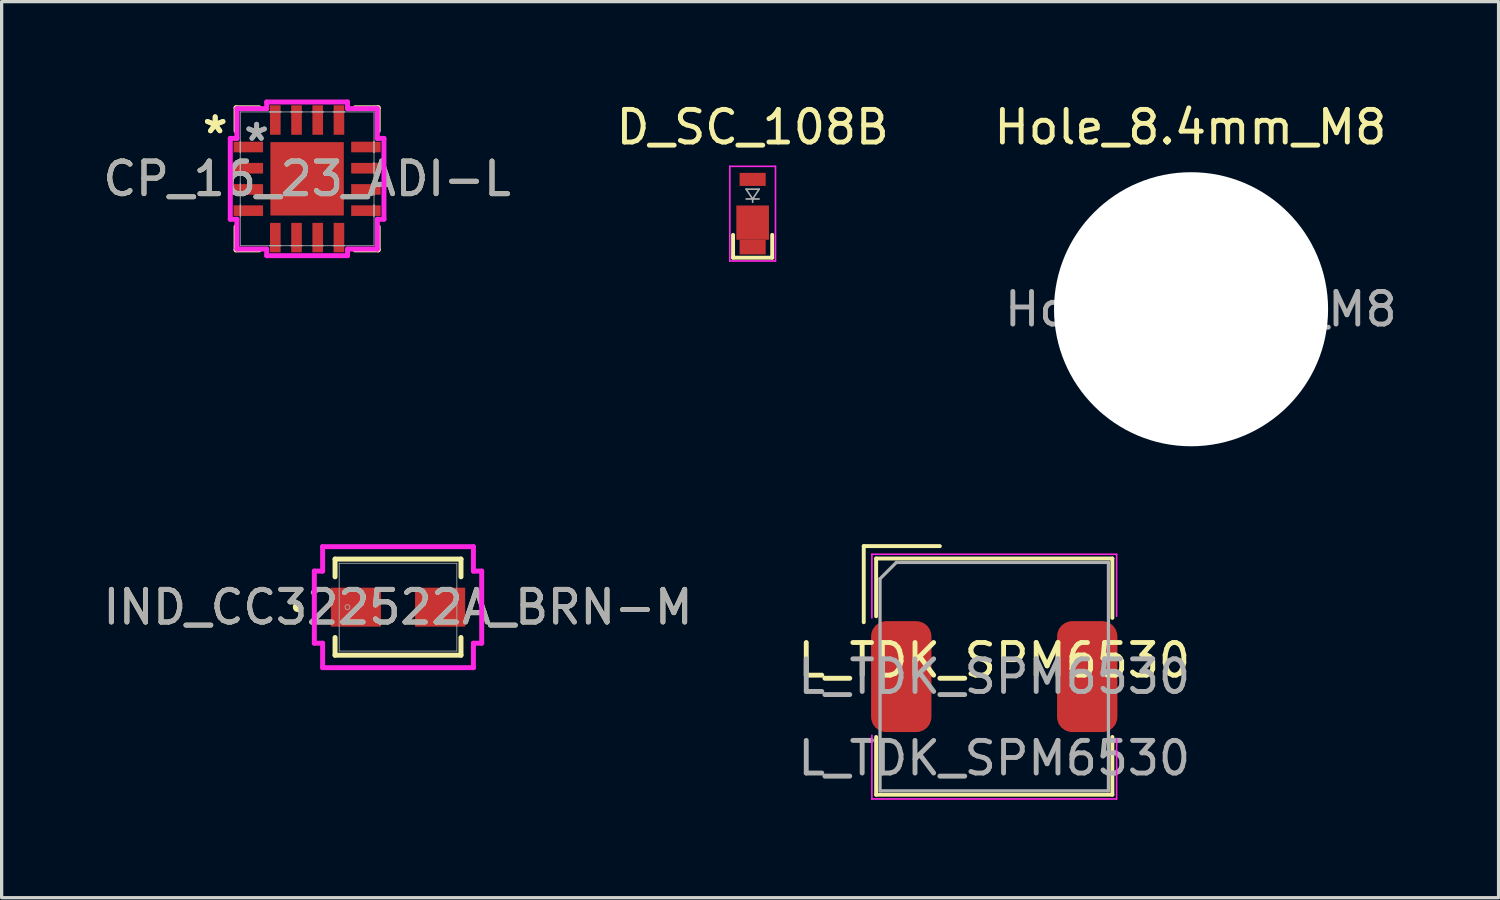
<source format=kicad_pcb>
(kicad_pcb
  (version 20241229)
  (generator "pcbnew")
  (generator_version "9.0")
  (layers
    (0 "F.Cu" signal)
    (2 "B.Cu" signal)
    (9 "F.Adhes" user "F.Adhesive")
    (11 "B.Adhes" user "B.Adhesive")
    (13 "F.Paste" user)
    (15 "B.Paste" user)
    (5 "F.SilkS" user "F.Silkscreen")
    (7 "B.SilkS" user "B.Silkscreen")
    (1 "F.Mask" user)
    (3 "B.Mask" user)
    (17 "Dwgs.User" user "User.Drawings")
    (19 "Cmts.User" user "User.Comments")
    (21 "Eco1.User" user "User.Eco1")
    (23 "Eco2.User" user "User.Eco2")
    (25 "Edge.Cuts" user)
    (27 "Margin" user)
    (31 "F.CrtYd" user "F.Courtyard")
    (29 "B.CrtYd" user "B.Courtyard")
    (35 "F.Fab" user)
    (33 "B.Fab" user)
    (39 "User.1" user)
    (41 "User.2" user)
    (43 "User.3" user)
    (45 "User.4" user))
  (footprint "IND_CC322522A_BRN-M"
    (layer "F.Cu")
    (at 9.149 15.559)
    (property "Reference" "IND_CC322522A_BRN-M" (at 0 0 0) (unlocked yes) (layer "F.SilkS") (effects (font (size 1 1) (thickness 0.15))))
    (attr smd)
    (fp_line (start -1.93 -1.473) (end -1.93 -0.93) (stroke (width 0.152) (type solid)) (layer "F.SilkS"))
    (fp_line (start -1.93 0.93) (end -1.93 1.473) (stroke (width 0.152) (type solid)) (layer "F.SilkS"))
    (fp_line (start -1.93 1.473) (end 1.93 1.473) (stroke (width 0.152) (type solid)) (layer "F.SilkS"))
    (fp_line (start 1.93 -1.473) (end -1.93 -1.473) (stroke (width 0.152) (type solid)) (layer "F.SilkS"))
    (fp_line (start 1.93 -0.93) (end 1.93 -1.473) (stroke (width 0.152) (type solid)) (layer "F.SilkS"))
    (fp_line (start 1.93 1.473) (end 1.93 0.93) (stroke (width 0.152) (type solid)) (layer "F.SilkS"))
    (fp_circle (center -3.073 0) (end -2.997 0) (stroke (width 0.152) (type solid)) (fill no) (layer "F.SilkS"))
    (fp_line (start -2.565 -1.105) (end -2.311 -1.105) (stroke (width 0.152) (type solid)) (layer "F.CrtYd"))
    (fp_line (start -2.565 1.105) (end -2.565 -1.105) (stroke (width 0.152) (type solid)) (layer "F.CrtYd"))
    (fp_line (start -2.311 -1.854) (end 2.311 -1.854) (stroke (width 0.152) (type solid)) (layer "F.CrtYd"))
    (fp_line (start -2.311 -1.105) (end -2.311 -1.854) (stroke (width 0.152) (type solid)) (layer "F.CrtYd"))
    (fp_line (start -2.311 1.105) (end -2.565 1.105) (stroke (width 0.152) (type solid)) (layer "F.CrtYd"))
    (fp_line (start -2.311 1.854) (end -2.311 1.105) (stroke (width 0.152) (type solid)) (layer "F.CrtYd"))
    (fp_line (start 2.311 -1.854) (end 2.311 -1.105) (stroke (width 0.152) (type solid)) (layer "F.CrtYd"))
    (fp_line (start 2.311 -1.105) (end 2.565 -1.105) (stroke (width 0.152) (type solid)) (layer "F.CrtYd"))
    (fp_line (start 2.311 1.105) (end 2.311 1.854) (stroke (width 0.152) (type solid)) (layer "F.CrtYd"))
    (fp_line (start 2.311 1.854) (end -2.311 1.854) (stroke (width 0.152) (type solid)) (layer "F.CrtYd"))
    (fp_line (start 2.565 -1.105) (end 2.565 1.105) (stroke (width 0.152) (type solid)) (layer "F.CrtYd"))
    (fp_line (start 2.565 1.105) (end 2.311 1.105) (stroke (width 0.152) (type solid)) (layer "F.CrtYd"))
    (fp_line (start -1.803 -1.346) (end -1.803 1.346) (stroke (width 0.025) (type solid)) (layer "F.Fab"))
    (fp_line (start -1.803 1.346) (end 1.803 1.346) (stroke (width 0.025) (type solid)) (layer "F.Fab"))
    (fp_line (start 1.803 -1.346) (end -1.803 -1.346) (stroke (width 0.025) (type solid)) (layer "F.Fab"))
    (fp_line (start 1.803 1.346) (end 1.803 -1.346) (stroke (width 0.025) (type solid)) (layer "F.Fab"))
    (fp_circle (center -1.549 0) (end -1.473 0) (stroke (width 0.025) (type solid)) (fill no) (layer "F.Fab"))
    (fp_text user "${REFERENCE}" (at 0 0 0) (unlocked yes) (layer "F.Fab") (effects (font (size 1 1) (thickness 0.15))))
    (pad "1" smd rect (at -1.29 0 90) (size 1.194 1.535) (layers "F.Cu" "F.Mask" "F.Paste"))
    (pad "2" smd rect (at 1.29 0 90) (size 1.194 1.535) (layers "F.Cu" "F.Mask" "F.Paste"))
    (zone (net_name "") (layer "F.Cu") (hatch full 0.508) (connect_pads) (min_thickness 0.254) (filled_areas_thickness no) (keepout (tracks not_allowed) (vias not_allowed) (pads allowed) (copperpour not_allowed) (footprints allowed)) (placement (enabled no)) (fill) (polygon (pts (xy 7.396 14.263) (xy 10.901 14.263) (xy 10.901 14.911) (xy 7.396 14.911))))
    (zone (net_name "") (layer "F.Cu") (hatch full 0.508) (connect_pads) (min_thickness 0.254) (filled_areas_thickness no) (keepout (tracks not_allowed) (vias not_allowed) (pads allowed) (copperpour not_allowed) (footprints allowed)) (placement (enabled no)) (fill) (polygon (pts (xy 7.396 16.206) (xy 10.901 16.206) (xy 10.901 16.854) (xy 7.396 16.854))))
    (zone (net_name "") (layer "F.Cu") (hatch full 0.508) (connect_pads) (min_thickness 0.254) (filled_areas_thickness no) (keepout (tracks not_allowed) (vias not_allowed) (pads allowed) (copperpour not_allowed) (footprints allowed)) (placement (enabled no)) (fill) (polygon (pts (xy 8.677 14.911) (xy 9.62 14.911) (xy 9.62 16.206) (xy 8.677 16.206)))))
  (footprint "Hole_8.4mm_M8"
    (layer "F.Cu")
    (at 33.455 6.428)
    (property "Reference" "Hole_8.4mm_M8" (at -0.02 -5.58 0) (layer "F.SilkS") (effects (font (size 1 1) (thickness 0.15))))
    (attr exclude_from_pos_files exclude_from_bom)
    (fp_text user "${REFERENCE}" (at 0.3 0 0) (layer "F.Fab") (effects (font (size 1 1) (thickness 0.15))))
    (pad "" np_thru_hole circle (at 0 0) (size 8.4 8.4) (drill 8.4) (layers "*.Cu" "*.Mask")))
  (footprint "L_TDK_SPM6530"
    (layer "F.Cu")
    (at 27.423 17.688)
    (property "Reference" "L_TDK_SPM6530" (at 0 -0.5 0) (unlocked yes) (layer "F.SilkS") (effects (font (size 1 1) (thickness 0.15))))
    (fp_line (start -4 -4) (end -1.667 -4) (stroke (width 0.12) (type solid)) (layer "F.SilkS"))
    (fp_line (start -4 -1.667) (end -4 -4) (stroke (width 0.12) (type solid)) (layer "F.SilkS"))
    (fp_line (start -3.62 -3.62) (end -3.62 -1.85) (stroke (width 0.12) (type solid)) (layer "F.SilkS"))
    (fp_line (start -3.62 -3.62) (end 3.62 -3.62) (stroke (width 0.12) (type solid)) (layer "F.SilkS"))
    (fp_line (start -3.62 1.85) (end -3.62 3.62) (stroke (width 0.12) (type solid)) (layer "F.SilkS"))
    (fp_line (start -3.62 3.62) (end 3.62 3.62) (stroke (width 0.12) (type solid)) (layer "F.SilkS"))
    (fp_line (start 3.62 -3.62) (end 3.62 -1.8) (stroke (width 0.12) (type solid)) (layer "F.SilkS"))
    (fp_line (start 3.62 1.85) (end 3.62 3.62) (stroke (width 0.12) (type solid)) (layer "F.SilkS"))
    (fp_line (start -3.75 -3.75) (end -3.75 -1.8) (stroke (width 0.05) (type solid)) (layer "F.CrtYd"))
    (fp_line (start -3.75 -3.75) (end 3.75 -3.75) (stroke (width 0.05) (type solid)) (layer "F.CrtYd"))
    (fp_line (start -3.75 1.8) (end -3.75 3.75) (stroke (width 0.05) (type solid)) (layer "F.CrtYd"))
    (fp_line (start -3.75 3.75) (end 3.75 3.75) (stroke (width 0.05) (type solid)) (layer "F.CrtYd"))
    (fp_line (start 3.75 -3.75) (end 3.75 -1.85) (stroke (width 0.05) (type solid)) (layer "F.CrtYd"))
    (fp_line (start 3.75 1.9) (end 3.75 3.75) (stroke (width 0.05) (type solid)) (layer "F.CrtYd"))
    (fp_line (start -3.5 -3) (end -3 -3.5) (stroke (width 0.1) (type solid)) (layer "F.Fab"))
    (fp_line (start -3.5 3.5) (end -3.5 -3) (stroke (width 0.1) (type solid)) (layer "F.Fab"))
    (fp_line (start -3 -3.5) (end 3.5 -3.5) (stroke (width 0.1) (type solid)) (layer "F.Fab"))
    (fp_line (start 3.5 -3.5) (end 3.5 3.5) (stroke (width 0.1) (type solid)) (layer "F.Fab"))
    (fp_line (start 3.5 3.5) (end -3.5 3.5) (stroke (width 0.1) (type solid)) (layer "F.Fab"))
    (fp_text user "${REFERENCE}" (at 0 0 0) (layer "F.Fab") (effects (font (size 1 1) (thickness 0.15))))
    (fp_text user "${REFERENCE}" (at 0 2.5 0) (unlocked yes) (layer "F.Fab") (effects (font (size 1 1) (thickness 0.15))))
    (pad "1" smd roundrect (at -2.85 0) (size 1.85 3.4) (layers "F.Cu" "F.Mask" "F.Paste") (roundrect_rratio 0.25))
    (pad "2" smd roundrect (at 2.85 0) (size 1.85 3.4) (layers "F.Cu" "F.Mask" "F.Paste") (roundrect_rratio 0.25)))
  (footprint "CP_16_23_ADI-L"
    (layer "F.Cu")
    (at 6.363 2.431)
    (property "Reference" "CP_16_23_ADI-L" (at 0 0 0) (unlocked yes) (layer "F.SilkS") (effects (font (size 1 1) (thickness 0.15))))
    (attr smd)
    (fp_line (start -2.177 -2.177) (end -2.177 -1.47) (stroke (width 0.152) (type solid)) (layer "F.SilkS"))
    (fp_line (start -2.177 1.47) (end -2.177 2.177) (stroke (width 0.152) (type solid)) (layer "F.SilkS"))
    (fp_line (start -2.177 2.177) (end -1.47 2.177) (stroke (width 0.152) (type solid)) (layer "F.SilkS"))
    (fp_line (start -1.47 -2.177) (end -2.177 -2.177) (stroke (width 0.152) (type solid)) (layer "F.SilkS"))
    (fp_line (start 1.47 2.177) (end 2.177 2.177) (stroke (width 0.152) (type solid)) (layer "F.SilkS"))
    (fp_line (start 2.177 -2.177) (end 1.47 -2.177) (stroke (width 0.152) (type solid)) (layer "F.SilkS"))
    (fp_line (start 2.177 -1.47) (end 2.177 -2.177) (stroke (width 0.152) (type solid)) (layer "F.SilkS"))
    (fp_line (start 2.177 2.177) (end 2.177 1.47) (stroke (width 0.152) (type solid)) (layer "F.SilkS"))
    (fp_line (start -2.355 -1.239) (end -2.152 -1.239) (stroke (width 0.152) (type solid)) (layer "F.CrtYd"))
    (fp_line (start -2.355 1.239) (end -2.355 -1.239) (stroke (width 0.152) (type solid)) (layer "F.CrtYd"))
    (fp_line (start -2.152 -2.152) (end -1.239 -2.152) (stroke (width 0.152) (type solid)) (layer "F.CrtYd"))
    (fp_line (start -2.152 -1.239) (end -2.152 -2.152) (stroke (width 0.152) (type solid)) (layer "F.CrtYd"))
    (fp_line (start -2.152 1.239) (end -2.355 1.239) (stroke (width 0.152) (type solid)) (layer "F.CrtYd"))
    (fp_line (start -2.152 2.152) (end -2.152 1.239) (stroke (width 0.152) (type solid)) (layer "F.CrtYd"))
    (fp_line (start -1.239 -2.355) (end 1.239 -2.355) (stroke (width 0.152) (type solid)) (layer "F.CrtYd"))
    (fp_line (start -1.239 -2.152) (end -1.239 -2.355) (stroke (width 0.152) (type solid)) (layer "F.CrtYd"))
    (fp_line (start -1.239 2.152) (end -2.152 2.152) (stroke (width 0.152) (type solid)) (layer "F.CrtYd"))
    (fp_line (start -1.239 2.355) (end -1.239 2.152) (stroke (width 0.152) (type solid)) (layer "F.CrtYd"))
    (fp_line (start 1.239 -2.355) (end 1.239 -2.152) (stroke (width 0.152) (type solid)) (layer "F.CrtYd"))
    (fp_line (start 1.239 -2.152) (end 2.152 -2.152) (stroke (width 0.152) (type solid)) (layer "F.CrtYd"))
    (fp_line (start 1.239 2.152) (end 1.239 2.355) (stroke (width 0.152) (type solid)) (layer "F.CrtYd"))
    (fp_line (start 1.239 2.355) (end -1.239 2.355) (stroke (width 0.152) (type solid)) (layer "F.CrtYd"))
    (fp_line (start 2.152 -2.152) (end 2.152 -1.239) (stroke (width 0.152) (type solid)) (layer "F.CrtYd"))
    (fp_line (start 2.152 -1.239) (end 2.355 -1.239) (stroke (width 0.152) (type solid)) (layer "F.CrtYd"))
    (fp_line (start 2.152 1.239) (end 2.152 2.152) (stroke (width 0.152) (type solid)) (layer "F.CrtYd"))
    (fp_line (start 2.152 2.152) (end 1.239 2.152) (stroke (width 0.152) (type solid)) (layer "F.CrtYd"))
    (fp_line (start 2.355 -1.239) (end 2.355 1.239) (stroke (width 0.152) (type solid)) (layer "F.CrtYd"))
    (fp_line (start 2.355 1.239) (end 2.152 1.239) (stroke (width 0.152) (type solid)) (layer "F.CrtYd"))
    (fp_line (start -2.05 -2.05) (end -2.05 2.05) (stroke (width 0.025) (type solid)) (layer "F.Fab"))
    (fp_line (start -2.05 -1.15) (end -2.05 -1.15) (stroke (width 0.025) (type solid)) (layer "F.Fab"))
    (fp_line (start -2.05 -1.15) (end -2.05 -0.8) (stroke (width 0.025) (type solid)) (layer "F.Fab"))
    (fp_line (start -2.05 -0.8) (end -2.05 -1.15) (stroke (width 0.025) (type solid)) (layer "F.Fab"))
    (fp_line (start -2.05 -0.8) (end -2.05 -0.8) (stroke (width 0.025) (type solid)) (layer "F.Fab"))
    (fp_line (start -2.05 -0.5) (end -2.05 -0.5) (stroke (width 0.025) (type solid)) (layer "F.Fab"))
    (fp_line (start -2.05 -0.5) (end -2.05 -0.15) (stroke (width 0.025) (type solid)) (layer "F.Fab"))
    (fp_line (start -2.05 -0.15) (end -2.05 -0.5) (stroke (width 0.025) (type solid)) (layer "F.Fab"))
    (fp_line (start -2.05 -0.15) (end -2.05 -0.15) (stroke (width 0.025) (type solid)) (layer "F.Fab"))
    (fp_line (start -2.05 0.15) (end -2.05 0.15) (stroke (width 0.025) (type solid)) (layer "F.Fab"))
    (fp_line (start -2.05 0.15) (end -2.05 0.5) (stroke (width 0.025) (type solid)) (layer "F.Fab"))
    (fp_line (start -2.05 0.5) (end -2.05 0.15) (stroke (width 0.025) (type solid)) (layer "F.Fab"))
    (fp_line (start -2.05 0.5) (end -2.05 0.5) (stroke (width 0.025) (type solid)) (layer "F.Fab"))
    (fp_line (start -2.05 0.8) (end -2.05 0.8) (stroke (width 0.025) (type solid)) (layer "F.Fab"))
    (fp_line (start -2.05 0.8) (end -2.05 1.15) (stroke (width 0.025) (type solid)) (layer "F.Fab"))
    (fp_line (start -2.05 1.15) (end -2.05 0.8) (stroke (width 0.025) (type solid)) (layer "F.Fab"))
    (fp_line (start -2.05 1.15) (end -2.05 1.15) (stroke (width 0.025) (type solid)) (layer "F.Fab"))
    (fp_line (start -2.05 2.05) (end 2.05 2.05) (stroke (width 0.025) (type solid)) (layer "F.Fab"))
    (fp_line (start -1.15 -2.05) (end -1.15 -2.05) (stroke (width 0.025) (type solid)) (layer "F.Fab"))
    (fp_line (start -1.15 -2.05) (end -0.8 -2.05) (stroke (width 0.025) (type solid)) (layer "F.Fab"))
    (fp_line (start -1.15 2.05) (end -1.15 2.05) (stroke (width 0.025) (type solid)) (layer "F.Fab"))
    (fp_line (start -1.15 2.05) (end -0.8 2.05) (stroke (width 0.025) (type solid)) (layer "F.Fab"))
    (fp_line (start -0.8 -2.05) (end -1.15 -2.05) (stroke (width 0.025) (type solid)) (layer "F.Fab"))
    (fp_line (start -0.8 -2.05) (end -0.8 -2.05) (stroke (width 0.025) (type solid)) (layer "F.Fab"))
    (fp_line (start -0.8 2.05) (end -1.15 2.05) (stroke (width 0.025) (type solid)) (layer "F.Fab"))
    (fp_line (start -0.8 2.05) (end -0.8 2.05) (stroke (width 0.025) (type solid)) (layer "F.Fab"))
    (fp_line (start -0.5 -2.05) (end -0.5 -2.05) (stroke (width 0.025) (type solid)) (layer "F.Fab"))
    (fp_line (start -0.5 -2.05) (end -0.15 -2.05) (stroke (width 0.025) (type solid)) (layer "F.Fab"))
    (fp_line (start -0.5 2.05) (end -0.5 2.05) (stroke (width 0.025) (type solid)) (layer "F.Fab"))
    (fp_line (start -0.5 2.05) (end -0.15 2.05) (stroke (width 0.025) (type solid)) (layer "F.Fab"))
    (fp_line (start -0.15 -2.05) (end -0.5 -2.05) (stroke (width 0.025) (type solid)) (layer "F.Fab"))
    (fp_line (start -0.15 -2.05) (end -0.15 -2.05) (stroke (width 0.025) (type solid)) (layer "F.Fab"))
    (fp_line (start -0.15 2.05) (end -0.5 2.05) (stroke (width 0.025) (type solid)) (layer "F.Fab"))
    (fp_line (start -0.15 2.05) (end -0.15 2.05) (stroke (width 0.025) (type solid)) (layer "F.Fab"))
    (fp_line (start 0.15 -2.05) (end 0.15 -2.05) (stroke (width 0.025) (type solid)) (layer "F.Fab"))
    (fp_line (start 0.15 -2.05) (end 0.5 -2.05) (stroke (width 0.025) (type solid)) (layer "F.Fab"))
    (fp_line (start 0.15 2.05) (end 0.15 2.05) (stroke (width 0.025) (type solid)) (layer "F.Fab"))
    (fp_line (start 0.15 2.05) (end 0.5 2.05) (stroke (width 0.025) (type solid)) (layer "F.Fab"))
    (fp_line (start 0.5 -2.05) (end 0.15 -2.05) (stroke (width 0.025) (type solid)) (layer "F.Fab"))
    (fp_line (start 0.5 -2.05) (end 0.5 -2.05) (stroke (width 0.025) (type solid)) (layer "F.Fab"))
    (fp_line (start 0.5 2.05) (end 0.15 2.05) (stroke (width 0.025) (type solid)) (layer "F.Fab"))
    (fp_line (start 0.5 2.05) (end 0.5 2.05) (stroke (width 0.025) (type solid)) (layer "F.Fab"))
    (fp_line (start 0.8 -2.05) (end 0.8 -2.05) (stroke (width 0.025) (type solid)) (layer "F.Fab"))
    (fp_line (start 0.8 -2.05) (end 1.15 -2.05) (stroke (width 0.025) (type solid)) (layer "F.Fab"))
    (fp_line (start 0.8 2.05) (end 0.8 2.05) (stroke (width 0.025) (type solid)) (layer "F.Fab"))
    (fp_line (start 0.8 2.05) (end 1.15 2.05) (stroke (width 0.025) (type solid)) (layer "F.Fab"))
    (fp_line (start 1.15 -2.05) (end 0.8 -2.05) (stroke (width 0.025) (type solid)) (layer "F.Fab"))
    (fp_line (start 1.15 -2.05) (end 1.15 -2.05) (stroke (width 0.025) (type solid)) (layer "F.Fab"))
    (fp_line (start 1.15 2.05) (end 0.8 2.05) (stroke (width 0.025) (type solid)) (layer "F.Fab"))
    (fp_line (start 1.15 2.05) (end 1.15 2.05) (stroke (width 0.025) (type solid)) (layer "F.Fab"))
    (fp_line (start 2.05 -2.05) (end -2.05 -2.05) (stroke (width 0.025) (type solid)) (layer "F.Fab"))
    (fp_line (start 2.05 -1.15) (end 2.05 -1.15) (stroke (width 0.025) (type solid)) (layer "F.Fab"))
    (fp_line (start 2.05 -1.15) (end 2.05 -0.8) (stroke (width 0.025) (type solid)) (layer "F.Fab"))
    (fp_line (start 2.05 -0.8) (end 2.05 -1.15) (stroke (width 0.025) (type solid)) (layer "F.Fab"))
    (fp_line (start 2.05 -0.8) (end 2.05 -0.8) (stroke (width 0.025) (type solid)) (layer "F.Fab"))
    (fp_line (start 2.05 -0.5) (end 2.05 -0.5) (stroke (width 0.025) (type solid)) (layer "F.Fab"))
    (fp_line (start 2.05 -0.5) (end 2.05 -0.15) (stroke (width 0.025) (type solid)) (layer "F.Fab"))
    (fp_line (start 2.05 -0.15) (end 2.05 -0.5) (stroke (width 0.025) (type solid)) (layer "F.Fab"))
    (fp_line (start 2.05 -0.15) (end 2.05 -0.15) (stroke (width 0.025) (type solid)) (layer "F.Fab"))
    (fp_line (start 2.05 0.15) (end 2.05 0.15) (stroke (width 0.025) (type solid)) (layer "F.Fab"))
    (fp_line (start 2.05 0.15) (end 2.05 0.5) (stroke (width 0.025) (type solid)) (layer "F.Fab"))
    (fp_line (start 2.05 0.5) (end 2.05 0.15) (stroke (width 0.025) (type solid)) (layer "F.Fab"))
    (fp_line (start 2.05 0.5) (end 2.05 0.5) (stroke (width 0.025) (type solid)) (layer "F.Fab"))
    (fp_line (start 2.05 0.8) (end 2.05 0.8) (stroke (width 0.025) (type solid)) (layer "F.Fab"))
    (fp_line (start 2.05 0.8) (end 2.05 1.15) (stroke (width 0.025) (type solid)) (layer "F.Fab"))
    (fp_line (start 2.05 1.15) (end 2.05 0.8) (stroke (width 0.025) (type solid)) (layer "F.Fab"))
    (fp_line (start 2.05 1.15) (end 2.05 1.15) (stroke (width 0.025) (type solid)) (layer "F.Fab"))
    (fp_line (start 2.05 2.05) (end 2.05 -2.05) (stroke (width 0.025) (type solid)) (layer "F.Fab"))
    (fp_text user "*" (at -2.818 -1.356 0) (unlocked yes) (layer "F.SilkS") (effects (font (size 1 1) (thickness 0.15))))
    (fp_text user "*" (at -2.818 -1.356 0) (layer "F.SilkS") (effects (font (size 1 1) (thickness 0.15))))
    (fp_text user "*" (at -1.548 -1.127 0) (layer "F.Fab") (effects (font (size 1 1) (thickness 0.15))))
    (fp_text user "${REFERENCE}" (at 0 0 0) (unlocked yes) (layer "F.Fab") (effects (font (size 1 1) (thickness 0.15))))
    (fp_text user "*" (at -1.548 -1.127 0) (unlocked yes) (layer "F.Fab") (effects (font (size 1 1) (thickness 0.15))))
    (pad "1" smd rect (at 0.975 -1.802) (size 0.325 0.903) (layers "F.Cu" "F.Mask" "F.Paste"))
    (pad "2" smd rect (at 0.325 -1.802) (size 0.325 0.903) (layers "F.Cu" "F.Mask" "F.Paste"))
    (pad "3" smd rect (at -0.325 -1.802) (size 0.325 0.903) (layers "F.Cu" "F.Mask" "F.Paste"))
    (pad "4" smd rect (at -0.975 -1.802) (size 0.325 0.903) (layers "F.Cu" "F.Mask" "F.Paste"))
    (pad "5" smd rect (at -1.802 -0.975 90) (size 0.325 0.903) (layers "F.Cu" "F.Mask" "F.Paste"))
    (pad "6" smd rect (at -1.802 -0.325 90) (size 0.325 0.903) (layers "F.Cu" "F.Mask" "F.Paste"))
    (pad "7" smd rect (at -1.802 0.325 90) (size 0.325 0.903) (layers "F.Cu" "F.Mask" "F.Paste"))
    (pad "8" smd rect (at -1.802 0.975 90) (size 0.325 0.903) (layers "F.Cu" "F.Mask" "F.Paste"))
    (pad "9" smd rect (at -0.975 1.802) (size 0.325 0.903) (layers "F.Cu" "F.Mask" "F.Paste"))
    (pad "10" smd rect (at -0.325 1.802) (size 0.325 0.903) (layers "F.Cu" "F.Mask" "F.Paste"))
    (pad "11" smd rect (at 0.325 1.802) (size 0.325 0.903) (layers "F.Cu" "F.Mask" "F.Paste"))
    (pad "12" smd rect (at 0.975 1.802) (size 0.325 0.903) (layers "F.Cu" "F.Mask" "F.Paste"))
    (pad "13" smd rect (at 1.802 0.975 90) (size 0.325 0.903) (layers "F.Cu" "F.Mask" "F.Paste"))
    (pad "14" smd rect (at 1.802 0.325 90) (size 0.325 0.903) (layers "F.Cu" "F.Mask" "F.Paste"))
    (pad "15" smd rect (at 1.802 -0.325 90) (size 0.325 0.903) (layers "F.Cu" "F.Mask" "F.Paste"))
    (pad "16" smd rect (at 1.802 -0.975 90) (size 0.325 0.903) (layers "F.Cu" "F.Mask" "F.Paste"))
    (pad "HTAB" smd rect (at 0 0) (size 2.25 2.25) (layers "F.Cu" "F.Mask" "F.Paste")))
  (footprint "D_SC_108B"
    (layer "F.Cu")
    (at 20.018 2.448)
    (property "Reference" "D_SC_108B" (at 0 -1.6 0) (layer "F.SilkS") (effects (font (size 1 1) (thickness 0.15))))
    (attr through_hole)
    (fp_line (start -0.6 1.7) (end -0.6 2.4) (stroke (width 0.12) (type solid)) (layer "F.SilkS"))
    (fp_line (start -0.6 2.4) (end 0.6 2.4) (stroke (width 0.12) (type solid)) (layer "F.SilkS"))
    (fp_line (start 0.6 2.4) (end 0.6 1.7) (stroke (width 0.12) (type solid)) (layer "F.SilkS"))
    (fp_line (start -0.7 -0.4) (end 0.7 -0.4) (stroke (width 0.05) (type solid)) (layer "F.CrtYd"))
    (fp_line (start -0.7 2.5) (end -0.7 -0.4) (stroke (width 0.05) (type solid)) (layer "F.CrtYd"))
    (fp_line (start 0.7 -0.4) (end 0.7 2.5) (stroke (width 0.05) (type solid)) (layer "F.CrtYd"))
    (fp_line (start 0.7 2.5) (end -0.7 2.5) (stroke (width 0.05) (type solid)) (layer "F.CrtYd"))
    (fp_line (start -0.2 0.3) (end 0.2 0.3) (stroke (width 0.05) (type solid)) (layer "F.Fab"))
    (fp_line (start -0.2 0.6) (end 0.2 0.6) (stroke (width 0.05) (type solid)) (layer "F.Fab"))
    (fp_line (start 0 0.6) (end -0.2 0.3) (stroke (width 0.05) (type solid)) (layer "F.Fab"))
    (fp_line (start 0 0.6) (end 0 0.7) (stroke (width 0.05) (type solid)) (layer "F.Fab"))
    (fp_line (start 0.2 0.3) (end 0 0.6) (stroke (width 0.05) (type solid)) (layer "F.Fab"))
    (pad "" smd rect (at 0 2.075) (size 0.8 0.45) (layers "F.Cu" "F.Mask" "F.Paste"))
    (pad "1" smd custom (at 0 1.325) (size 1 1.05) (layers "F.Cu" "F.Mask" "F.Paste") (options (anchor rect)) (primitives))
    (pad "2" smd custom (at 0 0) (size 0.8 0.4) (layers "F.Cu" "F.Mask" "F.Paste") (options (anchor rect)) (primitives)))
  (gr_rect
    (start -3 -3)
    (end 42.88 24.463)
    (stroke (width 0.1) (type default))
    (fill no)
    (layer "Edge.Cuts")))
</source>
